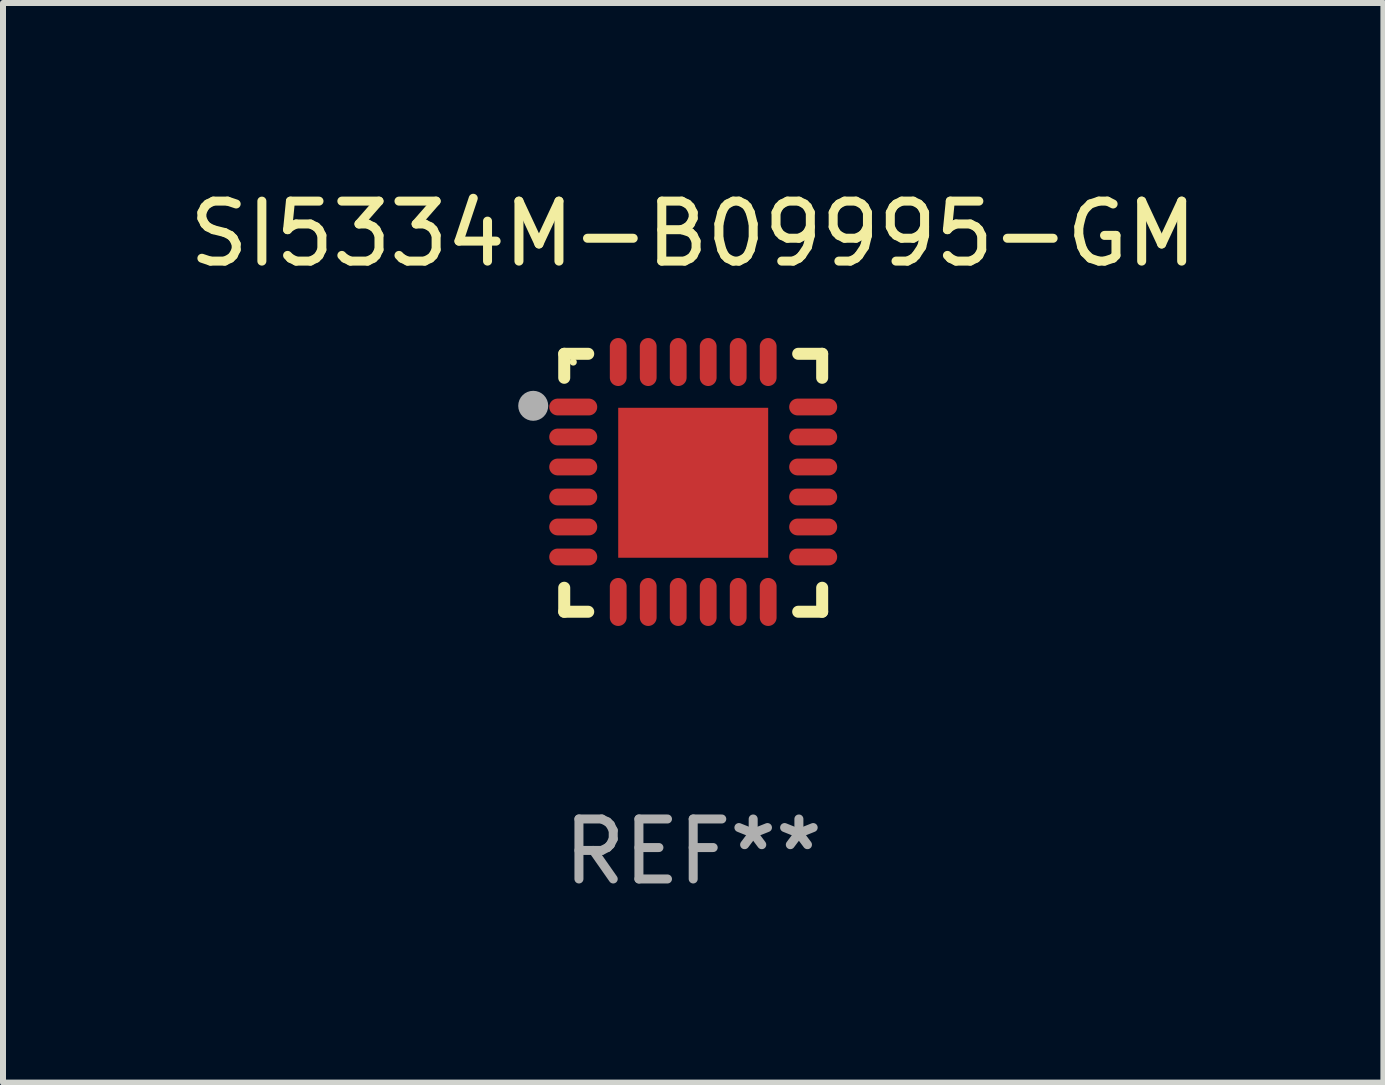
<source format=kicad_pcb>
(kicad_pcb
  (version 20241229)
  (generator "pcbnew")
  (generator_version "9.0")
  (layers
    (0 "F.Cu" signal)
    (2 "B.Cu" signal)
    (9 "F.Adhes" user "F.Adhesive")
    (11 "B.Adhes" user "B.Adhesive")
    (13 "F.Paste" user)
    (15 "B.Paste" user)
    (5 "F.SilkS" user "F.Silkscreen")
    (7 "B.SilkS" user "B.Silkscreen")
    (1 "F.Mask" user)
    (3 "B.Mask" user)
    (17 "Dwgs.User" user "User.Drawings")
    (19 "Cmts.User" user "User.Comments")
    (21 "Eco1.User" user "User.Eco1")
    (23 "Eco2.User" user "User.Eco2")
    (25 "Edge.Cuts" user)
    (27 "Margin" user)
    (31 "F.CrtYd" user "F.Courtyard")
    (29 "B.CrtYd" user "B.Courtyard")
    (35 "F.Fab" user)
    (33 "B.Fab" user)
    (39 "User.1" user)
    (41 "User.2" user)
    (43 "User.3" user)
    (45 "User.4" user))
  (footprint "SI5334M-B09995-GM"
    (layer "F.Cu")
    (at 8.506 4.998)
    (property "Reference" "SI5334M-B09995-GM" (at 0 -4.15 0) (layer "F.SilkS") (effects (font (size 1 1) (thickness 0.15))))
    (attr through_hole)
    (fp_line (start -2.15 -2.15) (end -1.75 -2.15) (stroke (width 0.2) (type solid)) (layer "F.SilkS"))
    (fp_line (start -2.15 -1.75) (end -2.15 -2.15) (stroke (width 0.2) (type solid)) (layer "F.SilkS"))
    (fp_line (start -2.15 2.15) (end -2.15 1.75) (stroke (width 0.2) (type solid)) (layer "F.SilkS"))
    (fp_line (start -1.75 2.15) (end -2.15 2.15) (stroke (width 0.2) (type solid)) (layer "F.SilkS"))
    (fp_line (start 1.75 -2.15) (end 2.15 -2.15) (stroke (width 0.2) (type solid)) (layer "F.SilkS"))
    (fp_line (start 1.75 2.15) (end 2.15 2.15) (stroke (width 0.2) (type solid)) (layer "F.SilkS"))
    (fp_line (start 2.15 -2.15) (end 2.15 -1.75) (stroke (width 0.2) (type solid)) (layer "F.SilkS"))
    (fp_line (start 2.15 2.15) (end 2.15 1.75) (stroke (width 0.2) (type solid)) (layer "F.SilkS"))
    (fp_circle (center -2 -2.013) (end -1.97 -2.013) (stroke (width 0.06) (type solid)) (fill no) (layer "F.SilkS"))
    (fp_circle (center -2.667 -1.283) (end -2.542 -1.283) (stroke (width 0.25) (type solid)) (fill no) (layer "F.Fab"))
    (fp_text user "REF**" (at 0 6.15 0) (layer "F.Fab") (effects (font (size 1 1) (thickness 0.15))))
    (pad "1" smd oval (at -2 -1.263) (size 0.8 0.28) (layers "F.Cu" "F.Mask" "F.Paste"))
    (pad "2" smd oval (at -2 -0.763) (size 0.8 0.28) (layers "F.Cu" "F.Mask" "F.Paste"))
    (pad "3" smd oval (at -2 -0.263) (size 0.8 0.28) (layers "F.Cu" "F.Mask" "F.Paste"))
    (pad "4" smd oval (at -2 0.237) (size 0.8 0.28) (layers "F.Cu" "F.Mask" "F.Paste"))
    (pad "5" smd oval (at -2 0.737) (size 0.8 0.28) (layers "F.Cu" "F.Mask" "F.Paste"))
    (pad "6" smd oval (at -2 1.237) (size 0.8 0.28) (layers "F.Cu" "F.Mask" "F.Paste"))
    (pad "7" smd oval (at -1.25 1.987) (size 0.28 0.8) (layers "F.Cu" "F.Mask" "F.Paste"))
    (pad "8" smd oval (at -0.75 1.987) (size 0.28 0.8) (layers "F.Cu" "F.Mask" "F.Paste"))
    (pad "9" smd oval (at -0.25 1.987) (size 0.28 0.8) (layers "F.Cu" "F.Mask" "F.Paste"))
    (pad "10" smd oval (at 0.25 1.987) (size 0.28 0.8) (layers "F.Cu" "F.Mask" "F.Paste"))
    (pad "11" smd oval (at 0.75 1.987) (size 0.28 0.8) (layers "F.Cu" "F.Mask" "F.Paste"))
    (pad "12" smd oval (at 1.25 1.987) (size 0.28 0.8) (layers "F.Cu" "F.Mask" "F.Paste"))
    (pad "13" smd oval (at 2 1.237) (size 0.8 0.28) (layers "F.Cu" "F.Mask" "F.Paste"))
    (pad "14" smd oval (at 2 0.737) (size 0.8 0.28) (layers "F.Cu" "F.Mask" "F.Paste"))
    (pad "15" smd oval (at 2 0.237) (size 0.8 0.28) (layers "F.Cu" "F.Mask" "F.Paste"))
    (pad "16" smd oval (at 2 -0.263) (size 0.8 0.28) (layers "F.Cu" "F.Mask" "F.Paste"))
    (pad "17" smd oval (at 2 -0.763) (size 0.8 0.28) (layers "F.Cu" "F.Mask" "F.Paste"))
    (pad "18" smd oval (at 2 -1.263) (size 0.8 0.28) (layers "F.Cu" "F.Mask" "F.Paste"))
    (pad "19" smd oval (at 1.25 -2.013) (size 0.28 0.8) (layers "F.Cu" "F.Mask" "F.Paste"))
    (pad "20" smd oval (at 0.75 -2.013) (size 0.28 0.8) (layers "F.Cu" "F.Mask" "F.Paste"))
    (pad "21" smd oval (at 0.25 -2.013) (size 0.28 0.8) (layers "F.Cu" "F.Mask" "F.Paste"))
    (pad "22" smd oval (at -0.25 -2.013) (size 0.28 0.8) (layers "F.Cu" "F.Mask" "F.Paste"))
    (pad "23" smd oval (at -0.75 -2.013) (size 0.28 0.8) (layers "F.Cu" "F.Mask" "F.Paste"))
    (pad "24" smd oval (at -1.25 -2.013) (size 0.28 0.8) (layers "F.Cu" "F.Mask" "F.Paste"))
    (pad "25" smd rect (at -0.000127 -0.00014) (size 2.5 2.5) (layers "F.Cu" "F.Mask" "F.Paste")))
  (gr_rect
    (start -3 -3)
    (end 20.012 14.997)
    (stroke (width 0.1) (type default))
    (fill no)
    (layer "Edge.Cuts")))
</source>
